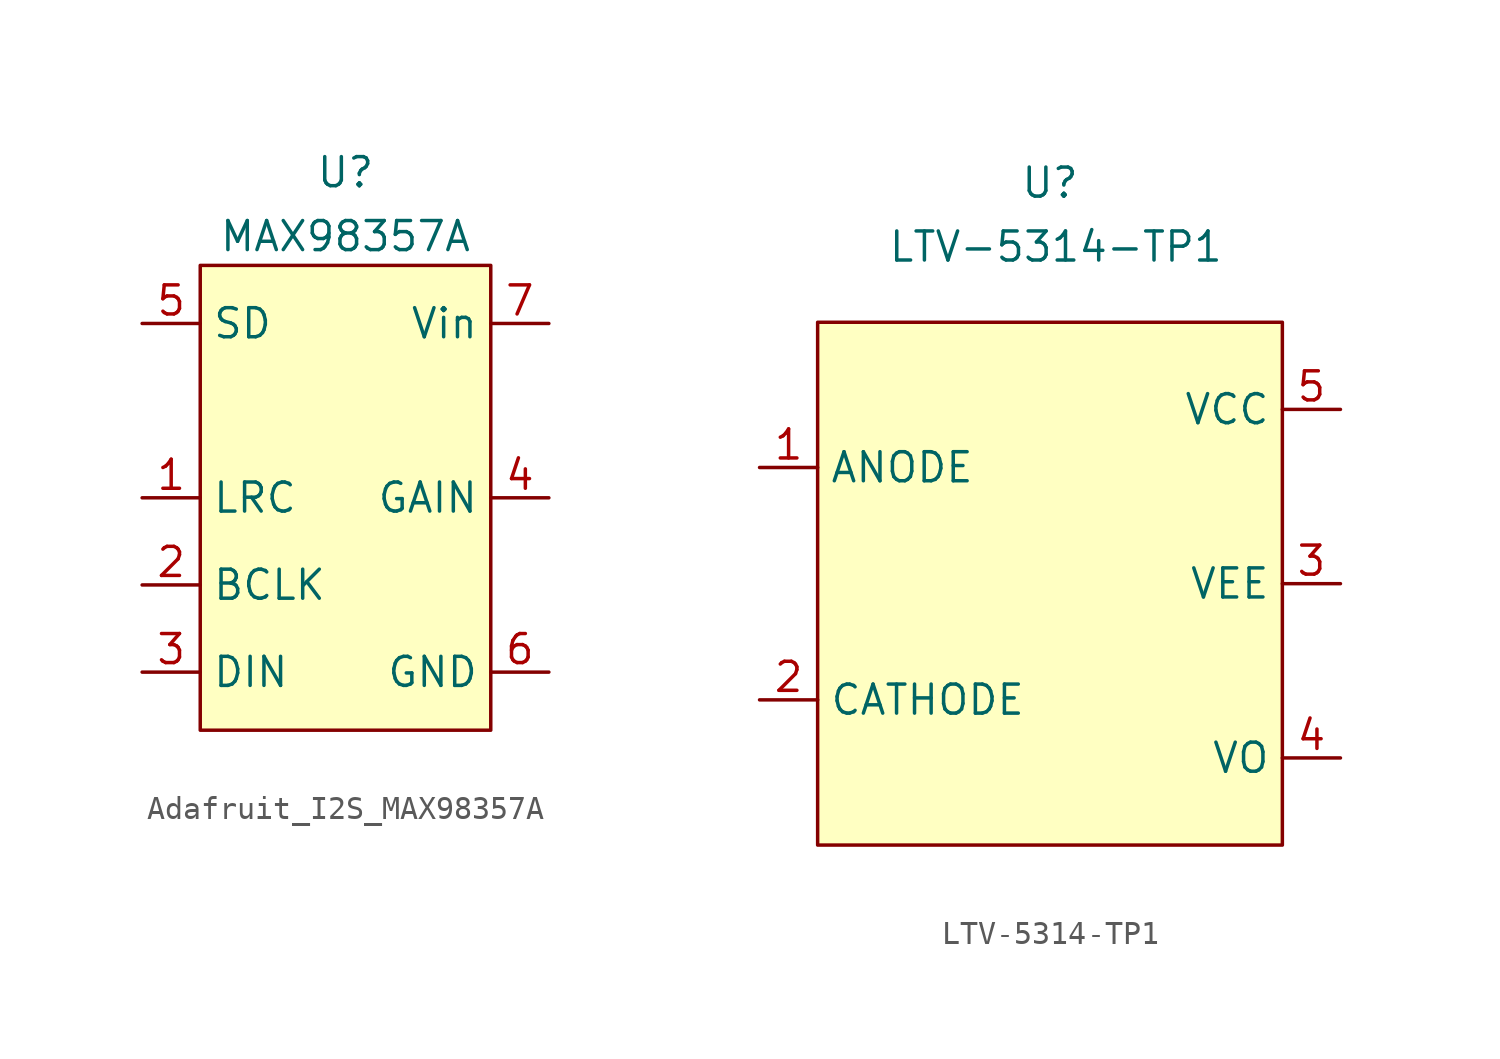
<source format=kicad_sym>
(kicad_symbol_lib
  (version 20241209)
  (generator "kicad_symbol_editor")
  (generator_version "9.0")
  (symbol "Adafruit_I2S_MAX98357A"
    (property "Reference" "U"
      (at 0 14.224 0)
      (effects (font (size 1.27 1.27))))
    (property "Value" "MAX98357A"
      (at 0 11.43 0)
      (effects (font (size 1.27 1.27))))
    (symbol "Adafruit_I2S_MAX98357A_1_1"
      (rectangle (start -6.35 10.16) (end 6.35 -10.16) (stroke (width 0) (type solid)) (fill (type background)))
      (pin input line (at -8.89 7.62 0) (length 2.54) (name "SD" (effects (font (size 1.27 1.27)))) (number "5" (effects (font (size 1.27 1.27)))))
      (pin input line (at -8.89 0 0) (length 2.54) (name "LRC" (effects (font (size 1.27 1.27)))) (number "1" (effects (font (size 1.27 1.27)))))
      (pin input line (at -8.89 -3.81 0) (length 2.54) (name "BCLK" (effects (font (size 1.27 1.27)))) (number "2" (effects (font (size 1.27 1.27)))))
      (pin input line (at -8.89 -7.62 0) (length 2.54) (name "DIN" (effects (font (size 1.27 1.27)))) (number "3" (effects (font (size 1.27 1.27)))))
      (pin power_in line (at 8.89 7.62 180) (length 2.54) (name "Vin" (effects (font (size 1.27 1.27)))) (number "7" (effects (font (size 1.27 1.27)))))
      (pin input line (at 8.89 0 180) (length 2.54) (name "GAIN" (effects (font (size 1.27 1.27)))) (number "4" (effects (font (size 1.27 1.27)))))
      (pin input line (at 8.89 -7.62 180) (length 2.54) (name "GND" (effects (font (size 1.27 1.27)))) (number "6" (effects (font (size 1.27 1.27)))))))
  (symbol "LTV-5314-TP1"
    (property "Reference" "U"
      (at 0 17.526 0)
      (effects (font (size 1.27 1.27))))
    (property "Value" "LTV-5314-TP1"
      (at 0.254 14.732 0)
      (effects (font (size 1.27 1.27))))
    (symbol "LTV-5314-TP1_1_1"
      (rectangle (start -10.16 11.43) (end 10.16 -11.43) (stroke (width 0) (type solid)) (fill (type background)))
      (pin input line (at -12.7 5.08 0) (length 2.54) (name "ANODE" (effects (font (size 1.27 1.27)))) (number "1" (effects (font (size 1.27 1.27)))))
      (pin input line (at -12.7 -5.08 0) (length 2.54) (name "CATHODE" (effects (font (size 1.27 1.27)))) (number "2" (effects (font (size 1.27 1.27)))))
      (pin power_in line (at 12.7 7.62 180) (length 2.54) (name "VCC" (effects (font (size 1.27 1.27)))) (number "5" (effects (font (size 1.27 1.27)))))
      (pin power_in line (at 12.7 0 180) (length 2.54) (name "VEE" (effects (font (size 1.27 1.27)))) (number "3" (effects (font (size 1.27 1.27)))))
      (pin output line (at 12.7 -7.62 180) (length 2.54) (name "VO" (effects (font (size 1.27 1.27)))) (number "4" (effects (font (size 1.27 1.27))))))))
</source>
